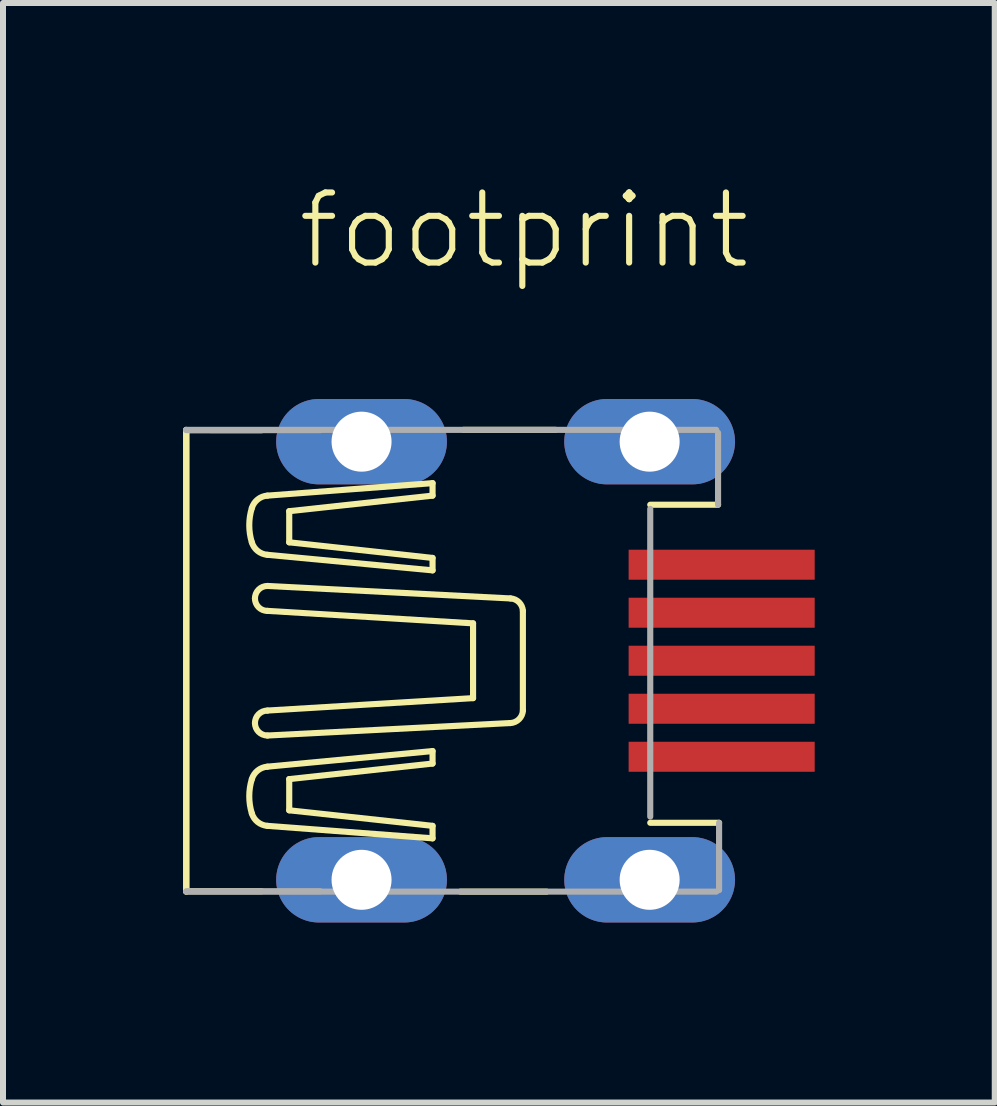
<source format=kicad_pcb>
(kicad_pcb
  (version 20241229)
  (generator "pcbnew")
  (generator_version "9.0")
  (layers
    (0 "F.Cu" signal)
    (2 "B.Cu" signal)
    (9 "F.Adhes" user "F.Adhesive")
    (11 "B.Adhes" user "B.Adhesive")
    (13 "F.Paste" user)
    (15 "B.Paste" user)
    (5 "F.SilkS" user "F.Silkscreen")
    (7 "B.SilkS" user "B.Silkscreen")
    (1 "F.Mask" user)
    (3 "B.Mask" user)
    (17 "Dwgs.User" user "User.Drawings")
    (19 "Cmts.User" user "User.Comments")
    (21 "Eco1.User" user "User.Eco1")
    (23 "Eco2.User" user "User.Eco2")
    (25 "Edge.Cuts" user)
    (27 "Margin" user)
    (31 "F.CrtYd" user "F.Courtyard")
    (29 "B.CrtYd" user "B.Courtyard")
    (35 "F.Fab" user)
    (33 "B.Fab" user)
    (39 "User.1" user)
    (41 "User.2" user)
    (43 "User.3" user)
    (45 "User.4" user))
  (footprint "footprint"
    (layer "F.Cu")
    (at 5.974 7.959)
    (property "Reference" "footprint" (at -4.115 -6.486 0) (layer "F.SilkS") (effects (font (size 1.168 1.168) (thickness 0.102)) (justify left bottom)))
    (fp_line (start -5.923 3.847) (end -5.923 -3.847) (stroke (width 0.102) (type solid)) (layer "F.SilkS"))
    (fp_line (start -5.918 -3.842) (end -4.665 -3.841) (stroke (width 0.102) (type solid)) (layer "F.SilkS"))
    (fp_line (start -5.918 3.841) (end -5.918 -3.842) (stroke (width 0.102) (type solid)) (layer "F.SilkS"))
    (fp_line (start -5.918 3.841) (end -4.665 3.841) (stroke (width 0.102) (type solid)) (layer "F.SilkS"))
    (fp_line (start -5.918 3.841) (end -5.918 3.841) (stroke (width 0.102) (type solid)) (layer "F.SilkS"))
    (fp_line (start -4.776 -1.038) (end -4.776 -1.038) (stroke (width 0.102) (type solid)) (layer "F.SilkS"))
    (fp_line (start -4.569 -1.765) (end -1.817 -1.506) (stroke (width 0.102) (type solid)) (layer "F.SilkS"))
    (fp_line (start -4.569 -0.831) (end -1.142 -0.623) (stroke (width 0.102) (type solid)) (layer "F.SilkS"))
    (fp_line (start -4.569 0.83) (end -1.142 0.623) (stroke (width 0.102) (type solid)) (layer "F.SilkS"))
    (fp_line (start -4.569 1.765) (end -1.817 1.505) (stroke (width 0.102) (type solid)) (layer "F.SilkS"))
    (fp_line (start -4.568 -1.246) (end -0.519 -1.038) (stroke (width 0.102) (type solid)) (layer "F.SilkS"))
    (fp_line (start -4.568 1.246) (end -0.519 1.038) (stroke (width 0.102) (type solid)) (layer "F.SilkS"))
    (fp_line (start -4.205 -2.492) (end -1.817 -2.751) (stroke (width 0.102) (type solid)) (layer "F.SilkS"))
    (fp_line (start -4.205 -1.973) (end -4.205 -2.492) (stroke (width 0.102) (type solid)) (layer "F.SilkS"))
    (fp_line (start -4.205 1.972) (end -4.205 2.492) (stroke (width 0.102) (type solid)) (layer "F.SilkS"))
    (fp_line (start -4.205 2.492) (end -1.817 2.751) (stroke (width 0.102) (type solid)) (layer "F.SilkS"))
    (fp_line (start -1.817 -2.959) (end -4.569 -2.751) (stroke (width 0.102) (type solid)) (layer "F.SilkS"))
    (fp_line (start -1.817 -2.751) (end -1.817 -2.959) (stroke (width 0.102) (type solid)) (layer "F.SilkS"))
    (fp_line (start -1.817 -1.713) (end -4.205 -1.973) (stroke (width 0.102) (type solid)) (layer "F.SilkS"))
    (fp_line (start -1.817 -1.506) (end -1.817 -1.713) (stroke (width 0.102) (type solid)) (layer "F.SilkS"))
    (fp_line (start -1.817 1.505) (end -1.817 1.713) (stroke (width 0.102) (type solid)) (layer "F.SilkS"))
    (fp_line (start -1.817 1.713) (end -4.205 1.972) (stroke (width 0.102) (type solid)) (layer "F.SilkS"))
    (fp_line (start -1.817 2.751) (end -1.817 2.959) (stroke (width 0.102) (type solid)) (layer "F.SilkS"))
    (fp_line (start -1.817 2.959) (end -4.569 2.751) (stroke (width 0.102) (type solid)) (layer "F.SilkS"))
    (fp_line (start -1.302 -3.847) (end 0.233 -3.847) (stroke (width 0.102) (type solid)) (layer "F.SilkS"))
    (fp_line (start -1.142 0.623) (end -1.142 -0.623) (stroke (width 0.102) (type solid)) (layer "F.SilkS"))
    (fp_line (start -0.312 0.83) (end -0.312 -0.831) (stroke (width 0.102) (type solid)) (layer "F.SilkS"))
    (fp_line (start 0.084 3.847) (end -1.353 3.847) (stroke (width 0.102) (type solid)) (layer "F.SilkS"))
    (fp_line (start 2.94 -2.599) (end 1.81 -2.599) (stroke (width 0.102) (type solid)) (layer "F.SilkS"))
    (fp_line (start 2.957 2.7) (end 1.81 2.7) (stroke (width 0.102) (type solid)) (layer "F.SilkS"))
    (fp_arc (start -4.828 -2.5438) (mid -4.730297 -2.687659) (end -4.5685 -2.7514) (stroke (width 0.1016) (type solid)) (layer "F.SilkS"))
    (fp_arc (start -4.828 -1.9727) (mid -4.870802 -2.25825) (end -4.828 -2.5438) (stroke (width 0.1016) (type solid)) (layer "F.SilkS"))
    (fp_arc (start -4.828 1.9725) (mid -4.730298 1.828641) (end -4.568501 1.764899) (stroke (width 0.1016) (type solid)) (layer "F.SilkS"))
    (fp_arc (start -4.828 2.5436) (mid -4.870802 2.25805) (end -4.828 1.9725) (stroke (width 0.1016) (type solid)) (layer "F.SilkS"))
    (fp_arc (start -4.7761 -1.0383) (mid -4.715295 -1.185095) (end -4.5685 -1.2459) (stroke (width 0.1016) (type solid)) (layer "F.SilkS"))
    (fp_arc (start -4.7761 1.038) (mid -4.715295 0.891205) (end -4.5685 0.8304) (stroke (width 0.1016) (type solid)) (layer "F.SilkS"))
    (fp_arc (start -4.568501 -1.765099) (mid -4.730298 -1.828841) (end -4.828 -1.9727) (stroke (width 0.1016) (type solid)) (layer "F.SilkS"))
    (fp_arc (start -4.5685 -0.8306) (mid -4.715295 -0.891405) (end -4.7761 -1.0382) (stroke (width 0.1016) (type solid)) (layer "F.SilkS"))
    (fp_arc (start -4.5685 1.2457) (mid -4.715295 1.184895) (end -4.7761 1.0381) (stroke (width 0.1016) (type solid)) (layer "F.SilkS"))
    (fp_arc (start -4.5685 2.7512) (mid -4.730297 2.687459) (end -4.828 2.5436) (stroke (width 0.1016) (type solid)) (layer "F.SilkS"))
    (fp_arc (start -0.5192 -1.0383) (mid -0.375653 -0.974177) (end -0.311598 -0.8306) (stroke (width 0.1016) (type solid)) (layer "F.SilkS"))
    (fp_arc (start -0.311599 0.830399) (mid -0.375679 0.973951) (end -0.5192 1.0381) (stroke (width 0.1016) (type solid)) (layer "F.SilkS"))
    (fp_line (start -5.923 -3.847) (end 2.91 -3.847) (stroke (width 0.102) (type solid)) (layer "F.Fab"))
    (fp_line (start -5.918 -3.842) (end -3.688 -3.842) (stroke (width 0.102) (type solid)) (layer "F.Fab"))
    (fp_line (start -5.918 3.841) (end -3.688 3.841) (stroke (width 0.102) (type solid)) (layer "F.Fab"))
    (fp_line (start 1.81 -2.53) (end 1.81 2.597) (stroke (width 0.102) (type solid)) (layer "F.Fab"))
    (fp_line (start 2.91 3.847) (end -5.923 3.847) (stroke (width 0.102) (type solid)) (layer "F.Fab"))
    (fp_line (start 2.94 -3.797) (end 2.94 -2.599) (stroke (width 0.102) (type solid)) (layer "F.Fab"))
    (fp_line (start 2.957 3.822) (end 2.957 2.7) (stroke (width 0.102) (type solid)) (layer "F.Fab"))
    (pad "1" smd rect (at 3 -1.6) (size 3.1 0.5) (layers "F.Cu" "F.Mask" "F.Paste"))
    (pad "2" smd rect (at 3 -0.8) (size 3.1 0.5) (layers "F.Cu" "F.Mask" "F.Paste"))
    (pad "3" smd rect (at 3 0) (size 3.1 0.5) (layers "F.Cu" "F.Mask" "F.Paste"))
    (pad "4" smd rect (at 3 0.8) (size 3.1 0.5) (layers "F.Cu" "F.Mask" "F.Paste"))
    (pad "5" smd rect (at 3 1.6) (size 3.1 0.5) (layers "F.Cu" "F.Mask" "F.Paste"))
    (pad "M1" thru_hole oval (at -3 -3.65) (size 2.845 1.422) (drill 1) (layers "*.Cu" "*.Mask"))
    (pad "M2" thru_hole oval (at -3 3.65) (size 2.845 1.422) (drill 1) (layers "*.Cu" "*.Mask"))
    (pad "M3" thru_hole oval (at 1.8 -3.65) (size 2.845 1.422) (drill 1) (layers "*.Cu" "*.Mask"))
    (pad "M4" thru_hole oval (at 1.8 3.65) (size 2.845 1.422) (drill 1) (layers "*.Cu" "*.Mask")))
  (gr_rect
    (start -3 -3)
    (end 13.524 15.32)
    (stroke (width 0.1) (type default))
    (fill no)
    (layer "Edge.Cuts")))
</source>
